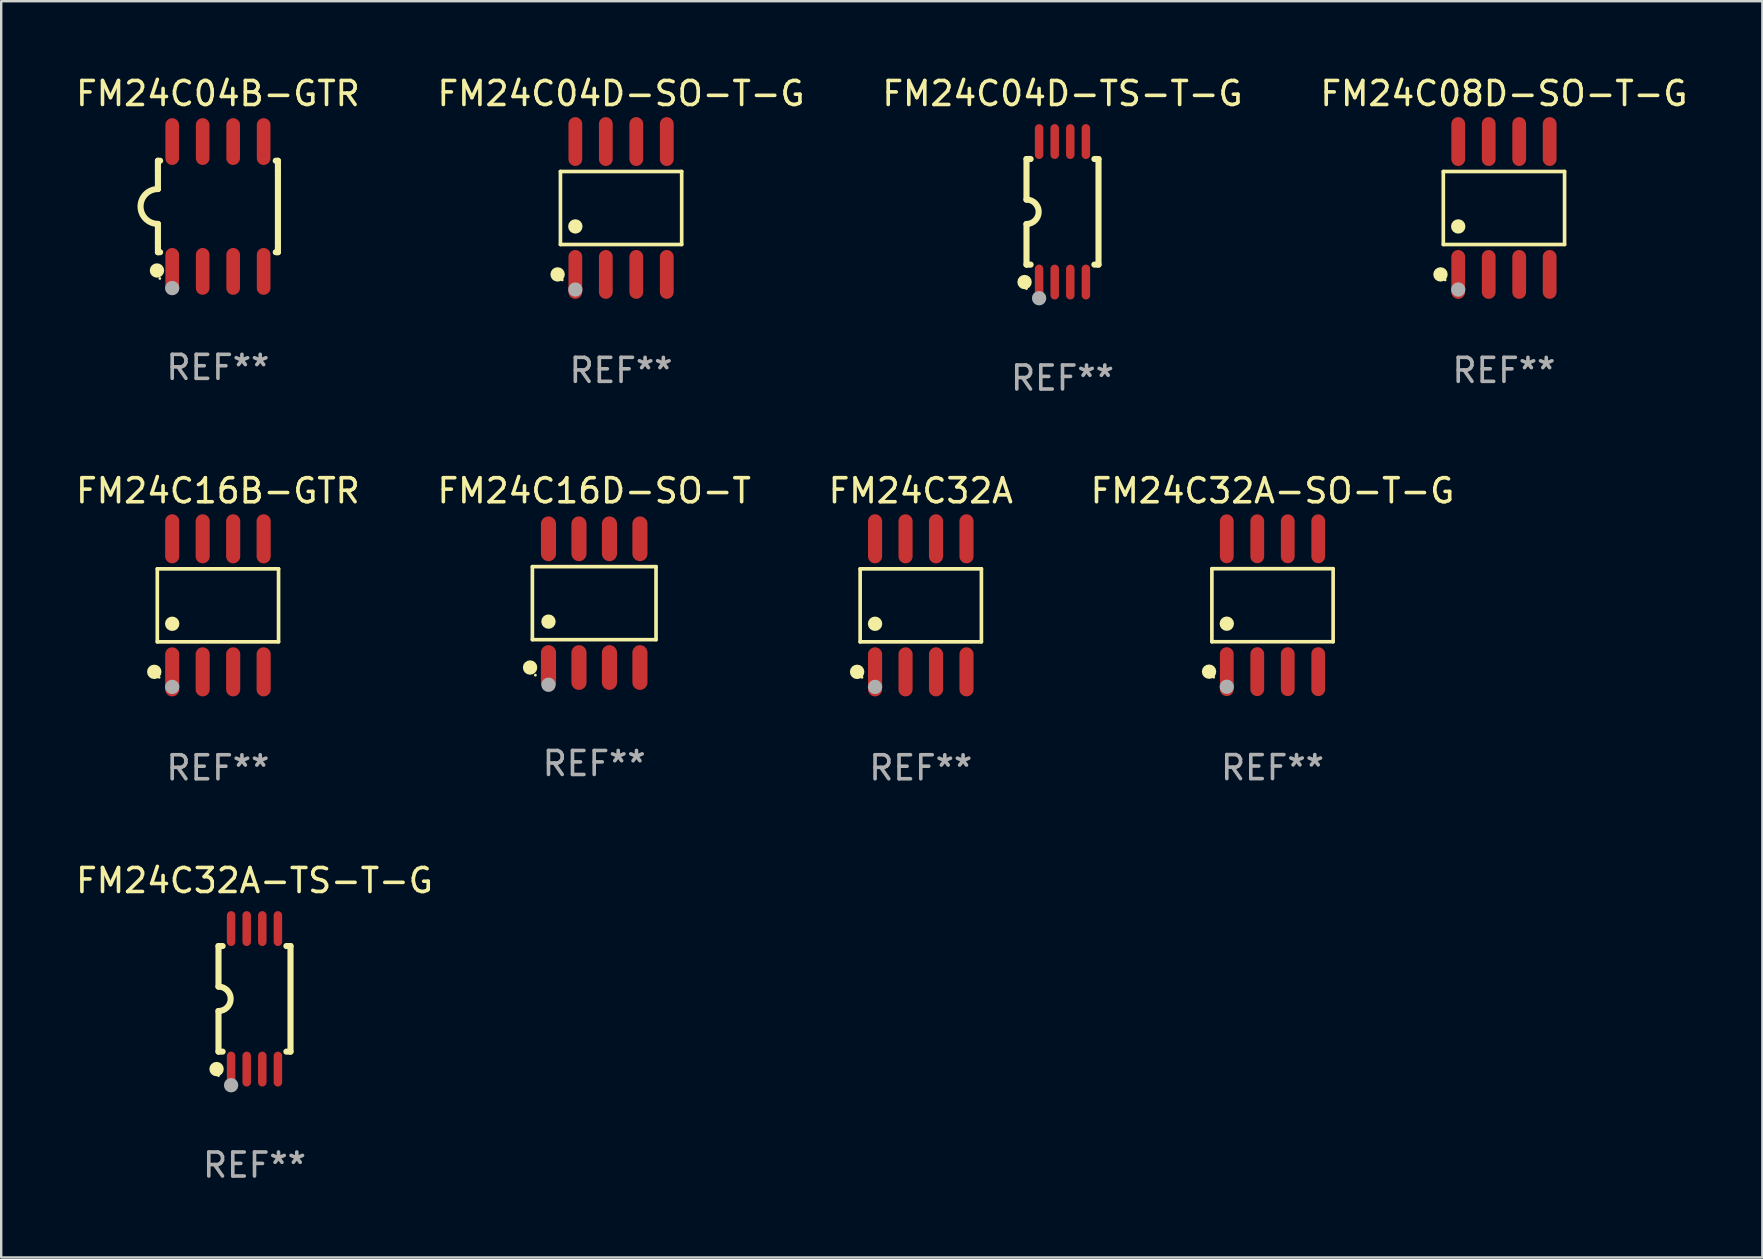
<source format=kicad_pcb>
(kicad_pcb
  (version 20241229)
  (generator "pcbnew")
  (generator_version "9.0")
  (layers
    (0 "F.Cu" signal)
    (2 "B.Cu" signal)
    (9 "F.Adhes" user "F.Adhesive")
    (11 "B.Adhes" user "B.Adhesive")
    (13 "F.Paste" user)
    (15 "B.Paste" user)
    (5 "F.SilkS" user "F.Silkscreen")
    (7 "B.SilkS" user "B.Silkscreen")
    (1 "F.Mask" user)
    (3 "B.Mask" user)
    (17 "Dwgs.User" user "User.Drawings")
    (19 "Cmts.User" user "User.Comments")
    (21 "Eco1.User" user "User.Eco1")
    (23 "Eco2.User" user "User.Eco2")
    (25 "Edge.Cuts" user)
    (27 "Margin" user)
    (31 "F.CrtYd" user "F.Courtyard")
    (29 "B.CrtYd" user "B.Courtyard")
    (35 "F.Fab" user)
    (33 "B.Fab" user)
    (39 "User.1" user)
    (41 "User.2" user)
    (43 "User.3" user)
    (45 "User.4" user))
  (footprint "FM24C04D-SO-T-G"
    (layer "F.Cu")
    (at 22.827 5.616)
    (property "Reference" "FM24C04D-SO-T-G" (at 0 -4.768 0) (layer "F.SilkS") (effects (font (size 1 1) (thickness 0.15))))
    (attr through_hole)
    (fp_line (start -2.526 -1.521) (end 2.526 -1.521) (stroke (width 0.152) (type solid)) (layer "F.SilkS"))
    (fp_line (start -2.526 1.521) (end -2.526 -1.521) (stroke (width 0.152) (type solid)) (layer "F.SilkS"))
    (fp_line (start 2.526 -1.521) (end 2.526 1.521) (stroke (width 0.152) (type solid)) (layer "F.SilkS"))
    (fp_line (start 2.526 1.521) (end -2.526 1.521) (stroke (width 0.152) (type solid)) (layer "F.SilkS"))
    (fp_circle (center -2.644 2.768) (end -2.494 2.768) (stroke (width 0.3) (type solid)) (fill no) (layer "F.SilkS"))
    (fp_circle (center -2.45 2.998) (end -2.42 2.998) (stroke (width 0.06) (type solid)) (fill no) (layer "F.SilkS"))
    (fp_circle (center -1.905 0.769) (end -1.755 0.769) (stroke (width 0.3) (type solid)) (fill no) (layer "F.SilkS"))
    (fp_circle (center -1.905 3.398) (end -1.755 3.398) (stroke (width 0.3) (type solid)) (fill no) (layer "F.Fab"))
    (fp_text user "REF**" (at 0 6.768 0) (layer "F.Fab") (effects (font (size 1 1) (thickness 0.15))))
    (pad "1" smd oval (at -1.905 2.768) (size 0.574 2.036) (layers "F.Cu" "F.Mask" "F.Paste"))
    (pad "2" smd oval (at -0.635 2.768) (size 0.574 2.036) (layers "F.Cu" "F.Mask" "F.Paste"))
    (pad "3" smd oval (at 0.635 2.768) (size 0.574 2.036) (layers "F.Cu" "F.Mask" "F.Paste"))
    (pad "4" smd oval (at 1.905 2.768) (size 0.574 2.036) (layers "F.Cu" "F.Mask" "F.Paste"))
    (pad "5" smd oval (at 1.905 -2.768) (size 0.574 2.036) (layers "F.Cu" "F.Mask" "F.Paste"))
    (pad "6" smd oval (at 0.635 -2.768) (size 0.574 2.036) (layers "F.Cu" "F.Mask" "F.Paste"))
    (pad "7" smd oval (at -0.635 -2.768) (size 0.574 2.036) (layers "F.Cu" "F.Mask" "F.Paste"))
    (pad "8" smd oval (at -1.905 -2.768) (size 0.574 2.036) (layers "F.Cu" "F.Mask" "F.Paste")))
  (footprint "FM24C04B-GTR"
    (layer "F.Cu")
    (at 6.03 5.553)
    (property "Reference" "FM24C04B-GTR" (at 0 -4.705 0) (layer "F.SilkS") (effects (font (size 1 1) (thickness 0.15))))
    (attr through_hole)
    (fp_line (start -2.5 -1.905) (end -2.409 -1.905) (stroke (width 0.254) (type solid)) (layer "F.SilkS"))
    (fp_line (start -2.5 -1.5) (end -2.5 -1.905) (stroke (width 0.254) (type solid)) (layer "F.SilkS"))
    (fp_line (start -2.5 -1.5) (end -2.5 -0.726) (stroke (width 0.254) (type solid)) (layer "F.SilkS"))
    (fp_line (start -2.5 1.5) (end -2.5 0.727) (stroke (width 0.254) (type solid)) (layer "F.SilkS"))
    (fp_line (start -2.5 1.5) (end -2.5 1.905) (stroke (width 0.254) (type solid)) (layer "F.SilkS"))
    (fp_line (start -2.5 1.905) (end -2.409 1.905) (stroke (width 0.254) (type solid)) (layer "F.SilkS"))
    (fp_line (start 2.5 -1.905) (end 2.409 -1.905) (stroke (width 0.254) (type solid)) (layer "F.SilkS"))
    (fp_line (start 2.5 -1.5) (end 2.5 -1.905) (stroke (width 0.254) (type solid)) (layer "F.SilkS"))
    (fp_line (start 2.5 -1.5) (end 2.5 1.5) (stroke (width 0.254) (type solid)) (layer "F.SilkS"))
    (fp_line (start 2.5 1.5) (end 2.5 1.905) (stroke (width 0.254) (type solid)) (layer "F.SilkS"))
    (fp_line (start 2.5 1.905) (end 2.409 1.905) (stroke (width 0.254) (type solid)) (layer "F.SilkS"))
    (fp_arc (start -2.5 0.726568) (mid -3.220316 -0.0023) (end -2.495097 -0.726289) (stroke (width 0.254001) (type solid)) (layer "F.SilkS"))
    (fp_circle (center -2.54 2.667) (end -2.39 2.667) (stroke (width 0.3) (type solid)) (fill no) (layer "F.SilkS"))
    (fp_circle (center -2.42 3) (end -2.39 3) (stroke (width 0.06) (type solid)) (fill no) (layer "F.SilkS"))
    (fp_circle (center -1.905 3.4) (end -1.755 3.4) (stroke (width 0.3) (type solid)) (fill no) (layer "F.Fab"))
    (fp_text user "REF**" (at 0 6.705 0) (layer "F.Fab") (effects (font (size 1 1) (thickness 0.15))))
    (pad "1" smd oval (at -1.905 2.705) (size 0.568 1.95) (layers "F.Cu" "F.Mask" "F.Paste"))
    (pad "2" smd oval (at -0.635 2.705) (size 0.568 1.95) (layers "F.Cu" "F.Mask" "F.Paste"))
    (pad "3" smd oval (at 0.635 2.705) (size 0.568 1.95) (layers "F.Cu" "F.Mask" "F.Paste"))
    (pad "4" smd oval (at 1.905 2.705) (size 0.568 1.95) (layers "F.Cu" "F.Mask" "F.Paste"))
    (pad "5" smd oval (at 1.905 -2.705) (size 0.568 1.95) (layers "F.Cu" "F.Mask" "F.Paste"))
    (pad "6" smd oval (at 0.635 -2.705) (size 0.568 1.95) (layers "F.Cu" "F.Mask" "F.Paste"))
    (pad "7" smd oval (at -0.635 -2.705) (size 0.568 1.95) (layers "F.Cu" "F.Mask" "F.Paste"))
    (pad "8" smd oval (at -1.905 -2.705) (size 0.568 1.95) (layers "F.Cu" "F.Mask" "F.Paste")))
  (footprint "FM24C16D-SO-T"
    (layer "F.Cu")
    (at 21.708 22.081)
    (property "Reference" "FM24C16D-SO-T" (at 0 -4.682 0) (layer "F.SilkS") (effects (font (size 1 1) (thickness 0.15))))
    (attr through_hole)
    (fp_line (start -2.576 -1.521) (end 2.576 -1.521) (stroke (width 0.152) (type solid)) (layer "F.SilkS"))
    (fp_line (start -2.576 1.521) (end -2.576 -1.521) (stroke (width 0.152) (type solid)) (layer "F.SilkS"))
    (fp_line (start 2.576 -1.521) (end 2.576 1.521) (stroke (width 0.152) (type solid)) (layer "F.SilkS"))
    (fp_line (start 2.576 1.521) (end -2.576 1.521) (stroke (width 0.152) (type solid)) (layer "F.SilkS"))
    (fp_circle (center -2.672 2.682) (end -2.522 2.682) (stroke (width 0.3) (type solid)) (fill no) (layer "F.SilkS"))
    (fp_circle (center -2.45 3) (end -2.42 3) (stroke (width 0.06) (type solid)) (fill no) (layer "F.SilkS"))
    (fp_circle (center -1.905 0.769) (end -1.755 0.769) (stroke (width 0.3) (type solid)) (fill no) (layer "F.SilkS"))
    (fp_circle (center -1.905 3.4) (end -1.755 3.4) (stroke (width 0.3) (type solid)) (fill no) (layer "F.Fab"))
    (fp_text user "REF**" (at 0 6.682 0) (layer "F.Fab") (effects (font (size 1 1) (thickness 0.15))))
    (pad "1" smd oval (at -1.905 2.682) (size 0.63 1.865) (layers "F.Cu" "F.Mask" "F.Paste"))
    (pad "2" smd oval (at -0.635 2.682) (size 0.63 1.865) (layers "F.Cu" "F.Mask" "F.Paste"))
    (pad "3" smd oval (at 0.635 2.682) (size 0.63 1.865) (layers "F.Cu" "F.Mask" "F.Paste"))
    (pad "4" smd oval (at 1.905 2.682) (size 0.63 1.865) (layers "F.Cu" "F.Mask" "F.Paste"))
    (pad "5" smd oval (at 1.905 -2.682) (size 0.63 1.865) (layers "F.Cu" "F.Mask" "F.Paste"))
    (pad "6" smd oval (at 0.635 -2.682) (size 0.63 1.865) (layers "F.Cu" "F.Mask" "F.Paste"))
    (pad "7" smd oval (at -0.635 -2.682) (size 0.63 1.865) (layers "F.Cu" "F.Mask" "F.Paste"))
    (pad "8" smd oval (at -1.905 -2.682) (size 0.63 1.865) (layers "F.Cu" "F.Mask" "F.Paste")))
  (footprint "FM24C32A-TS-T-G"
    (layer "F.Cu")
    (at 7.554 38.567)
    (property "Reference" "FM24C32A-TS-T-G" (at 0 -4.927 0) (layer "F.SilkS") (effects (font (size 1 1) (thickness 0.15))))
    (attr through_hole)
    (fp_line (start -1.5 -2.2) (end -1.5 -0.508) (stroke (width 0.254) (type solid)) (layer "F.SilkS"))
    (fp_line (start -1.5 -2.2) (end -1.328 -2.2) (stroke (width 0.254) (type solid)) (layer "F.SilkS"))
    (fp_line (start -1.5 2.2) (end -1.5 0.508) (stroke (width 0.254) (type solid)) (layer "F.SilkS"))
    (fp_line (start -1.5 2.2) (end -1.328 2.2) (stroke (width 0.254) (type solid)) (layer "F.SilkS"))
    (fp_line (start 1.328 -2.2) (end 1.5 -2.2) (stroke (width 0.254) (type solid)) (layer "F.SilkS"))
    (fp_line (start 1.328 2.2) (end 1.5 2.2) (stroke (width 0.254) (type solid)) (layer "F.SilkS"))
    (fp_line (start 1.5 -2.2) (end 1.5 2.2) (stroke (width 0.254) (type solid)) (layer "F.SilkS"))
    (fp_arc (start -1.501144 -0.508) (mid -0.993143 -0.000571) (end -1.5 0.508001) (stroke (width 0.254001) (type solid)) (layer "F.SilkS"))
    (fp_circle (center -1.581 2.927) (end -1.431 2.927) (stroke (width 0.3) (type solid)) (fill no) (layer "F.SilkS"))
    (fp_circle (center -1.5 3.2) (end -1.47 3.2) (stroke (width 0.06) (type solid)) (fill no) (layer "F.SilkS"))
    (fp_circle (center -0.975 3.6) (end -0.825 3.6) (stroke (width 0.3) (type solid)) (fill no) (layer "F.Fab"))
    (fp_text user "REF**" (at 0 6.927 0) (layer "F.Fab") (effects (font (size 1 1) (thickness 0.15))))
    (pad "1" smd oval (at -0.975 2.927) (size 0.353 1.454) (layers "F.Cu" "F.Mask" "F.Paste"))
    (pad "2" smd oval (at -0.325 2.927) (size 0.353 1.454) (layers "F.Cu" "F.Mask" "F.Paste"))
    (pad "3" smd oval (at 0.325 2.927) (size 0.353 1.454) (layers "F.Cu" "F.Mask" "F.Paste"))
    (pad "4" smd oval (at 0.975 2.927) (size 0.353 1.454) (layers "F.Cu" "F.Mask" "F.Paste"))
    (pad "5" smd oval (at 0.975 -2.927) (size 0.353 1.454) (layers "F.Cu" "F.Mask" "F.Paste"))
    (pad "6" smd oval (at 0.325 -2.927) (size 0.353 1.454) (layers "F.Cu" "F.Mask" "F.Paste"))
    (pad "7" smd oval (at -0.325 -2.927) (size 0.353 1.454) (layers "F.Cu" "F.Mask" "F.Paste"))
    (pad "8" smd oval (at -0.975 -2.927) (size 0.353 1.454) (layers "F.Cu" "F.Mask" "F.Paste")))
  (footprint "FM24C32A"
    (layer "F.Cu")
    (at 35.315 22.171)
    (property "Reference" "FM24C32A" (at 0 -4.772 0) (layer "F.SilkS") (effects (font (size 1 1) (thickness 0.15))))
    (attr through_hole)
    (fp_line (start -2.526 -1.521) (end 2.526 -1.521) (stroke (width 0.152) (type solid)) (layer "F.SilkS"))
    (fp_line (start -2.526 1.521) (end -2.526 -1.521) (stroke (width 0.152) (type solid)) (layer "F.SilkS"))
    (fp_line (start 2.526 -1.521) (end 2.526 1.521) (stroke (width 0.152) (type solid)) (layer "F.SilkS"))
    (fp_line (start 2.526 1.521) (end -2.526 1.521) (stroke (width 0.152) (type solid)) (layer "F.SilkS"))
    (fp_circle (center -2.652 2.772) (end -2.501 2.772) (stroke (width 0.3) (type solid)) (fill no) (layer "F.SilkS"))
    (fp_circle (center -2.45 3) (end -2.42 3) (stroke (width 0.06) (type solid)) (fill no) (layer "F.SilkS"))
    (fp_circle (center -1.905 0.769) (end -1.755 0.769) (stroke (width 0.3) (type solid)) (fill no) (layer "F.SilkS"))
    (fp_circle (center -1.905 3.4) (end -1.755 3.4) (stroke (width 0.3) (type solid)) (fill no) (layer "F.Fab"))
    (fp_text user "REF**" (at 0 6.772 0) (layer "F.Fab") (effects (font (size 1 1) (thickness 0.15))))
    (pad "1" smd oval (at -1.905 2.772) (size 0.588 2.045) (layers "F.Cu" "F.Mask" "F.Paste"))
    (pad "2" smd oval (at -0.635 2.772) (size 0.588 2.045) (layers "F.Cu" "F.Mask" "F.Paste"))
    (pad "3" smd oval (at 0.635 2.772) (size 0.588 2.045) (layers "F.Cu" "F.Mask" "F.Paste"))
    (pad "4" smd oval (at 1.905 2.772) (size 0.588 2.045) (layers "F.Cu" "F.Mask" "F.Paste"))
    (pad "5" smd oval (at 1.905 -2.772) (size 0.588 2.045) (layers "F.Cu" "F.Mask" "F.Paste"))
    (pad "6" smd oval (at 0.635 -2.772) (size 0.588 2.045) (layers "F.Cu" "F.Mask" "F.Paste"))
    (pad "7" smd oval (at -0.635 -2.772) (size 0.588 2.045) (layers "F.Cu" "F.Mask" "F.Paste"))
    (pad "8" smd oval (at -1.905 -2.772) (size 0.588 2.045) (layers "F.Cu" "F.Mask" "F.Paste")))
  (footprint "FM24C32A-SO-T-G"
    (layer "F.Cu")
    (at 49.97 22.167)
    (property "Reference" "FM24C32A-SO-T-G" (at 0 -4.768 0) (layer "F.SilkS") (effects (font (size 1 1) (thickness 0.15))))
    (attr through_hole)
    (fp_line (start -2.526 -1.521) (end 2.526 -1.521) (stroke (width 0.152) (type solid)) (layer "F.SilkS"))
    (fp_line (start -2.526 1.521) (end -2.526 -1.521) (stroke (width 0.152) (type solid)) (layer "F.SilkS"))
    (fp_line (start 2.526 -1.521) (end 2.526 1.521) (stroke (width 0.152) (type solid)) (layer "F.SilkS"))
    (fp_line (start 2.526 1.521) (end -2.526 1.521) (stroke (width 0.152) (type solid)) (layer "F.SilkS"))
    (fp_circle (center -2.644 2.768) (end -2.494 2.768) (stroke (width 0.3) (type solid)) (fill no) (layer "F.SilkS"))
    (fp_circle (center -2.45 2.998) (end -2.42 2.998) (stroke (width 0.06) (type solid)) (fill no) (layer "F.SilkS"))
    (fp_circle (center -1.905 0.769) (end -1.755 0.769) (stroke (width 0.3) (type solid)) (fill no) (layer "F.SilkS"))
    (fp_circle (center -1.905 3.398) (end -1.755 3.398) (stroke (width 0.3) (type solid)) (fill no) (layer "F.Fab"))
    (fp_text user "REF**" (at 0 6.768 0) (layer "F.Fab") (effects (font (size 1 1) (thickness 0.15))))
    (pad "1" smd oval (at -1.905 2.768) (size 0.574 2.036) (layers "F.Cu" "F.Mask" "F.Paste"))
    (pad "2" smd oval (at -0.635 2.768) (size 0.574 2.036) (layers "F.Cu" "F.Mask" "F.Paste"))
    (pad "3" smd oval (at 0.635 2.768) (size 0.574 2.036) (layers "F.Cu" "F.Mask" "F.Paste"))
    (pad "4" smd oval (at 1.905 2.768) (size 0.574 2.036) (layers "F.Cu" "F.Mask" "F.Paste"))
    (pad "5" smd oval (at 1.905 -2.768) (size 0.574 2.036) (layers "F.Cu" "F.Mask" "F.Paste"))
    (pad "6" smd oval (at 0.635 -2.768) (size 0.574 2.036) (layers "F.Cu" "F.Mask" "F.Paste"))
    (pad "7" smd oval (at -0.635 -2.768) (size 0.574 2.036) (layers "F.Cu" "F.Mask" "F.Paste"))
    (pad "8" smd oval (at -1.905 -2.768) (size 0.574 2.036) (layers "F.Cu" "F.Mask" "F.Paste")))
  (footprint "FM24C04D-TS-T-G"
    (layer "F.Cu")
    (at 41.22 5.775)
    (property "Reference" "FM24C04D-TS-T-G" (at 0 -4.927 0) (layer "F.SilkS") (effects (font (size 1 1) (thickness 0.15))))
    (attr through_hole)
    (fp_line (start -1.5 -2.2) (end -1.5 -0.508) (stroke (width 0.254) (type solid)) (layer "F.SilkS"))
    (fp_line (start -1.5 -2.2) (end -1.328 -2.2) (stroke (width 0.254) (type solid)) (layer "F.SilkS"))
    (fp_line (start -1.5 2.2) (end -1.5 0.508) (stroke (width 0.254) (type solid)) (layer "F.SilkS"))
    (fp_line (start -1.5 2.2) (end -1.328 2.2) (stroke (width 0.254) (type solid)) (layer "F.SilkS"))
    (fp_line (start 1.328 -2.2) (end 1.5 -2.2) (stroke (width 0.254) (type solid)) (layer "F.SilkS"))
    (fp_line (start 1.328 2.2) (end 1.5 2.2) (stroke (width 0.254) (type solid)) (layer "F.SilkS"))
    (fp_line (start 1.5 -2.2) (end 1.5 2.2) (stroke (width 0.254) (type solid)) (layer "F.SilkS"))
    (fp_arc (start -1.501144 -0.508) (mid -0.993143 -0.000571) (end -1.5 0.508001) (stroke (width 0.254001) (type solid)) (layer "F.SilkS"))
    (fp_circle (center -1.581 2.927) (end -1.431 2.927) (stroke (width 0.3) (type solid)) (fill no) (layer "F.SilkS"))
    (fp_circle (center -1.5 3.2) (end -1.47 3.2) (stroke (width 0.06) (type solid)) (fill no) (layer "F.SilkS"))
    (fp_circle (center -0.975 3.6) (end -0.825 3.6) (stroke (width 0.3) (type solid)) (fill no) (layer "F.Fab"))
    (fp_text user "REF**" (at 0 6.927 0) (layer "F.Fab") (effects (font (size 1 1) (thickness 0.15))))
    (pad "1" smd oval (at -0.975 2.927) (size 0.353 1.454) (layers "F.Cu" "F.Mask" "F.Paste"))
    (pad "2" smd oval (at -0.325 2.927) (size 0.353 1.454) (layers "F.Cu" "F.Mask" "F.Paste"))
    (pad "3" smd oval (at 0.325 2.927) (size 0.353 1.454) (layers "F.Cu" "F.Mask" "F.Paste"))
    (pad "4" smd oval (at 0.975 2.927) (size 0.353 1.454) (layers "F.Cu" "F.Mask" "F.Paste"))
    (pad "5" smd oval (at 0.975 -2.927) (size 0.353 1.454) (layers "F.Cu" "F.Mask" "F.Paste"))
    (pad "6" smd oval (at 0.325 -2.927) (size 0.353 1.454) (layers "F.Cu" "F.Mask" "F.Paste"))
    (pad "7" smd oval (at -0.325 -2.927) (size 0.353 1.454) (layers "F.Cu" "F.Mask" "F.Paste"))
    (pad "8" smd oval (at -0.975 -2.927) (size 0.353 1.454) (layers "F.Cu" "F.Mask" "F.Paste")))
  (footprint "FM24C08D-SO-T-G"
    (layer "F.Cu")
    (at 59.613 5.616)
    (property "Reference" "FM24C08D-SO-T-G" (at 0 -4.768 0) (layer "F.SilkS") (effects (font (size 1 1) (thickness 0.15))))
    (attr through_hole)
    (fp_line (start -2.526 -1.521) (end 2.526 -1.521) (stroke (width 0.152) (type solid)) (layer "F.SilkS"))
    (fp_line (start -2.526 1.521) (end -2.526 -1.521) (stroke (width 0.152) (type solid)) (layer "F.SilkS"))
    (fp_line (start 2.526 -1.521) (end 2.526 1.521) (stroke (width 0.152) (type solid)) (layer "F.SilkS"))
    (fp_line (start 2.526 1.521) (end -2.526 1.521) (stroke (width 0.152) (type solid)) (layer "F.SilkS"))
    (fp_circle (center -2.644 2.768) (end -2.494 2.768) (stroke (width 0.3) (type solid)) (fill no) (layer "F.SilkS"))
    (fp_circle (center -2.45 2.998) (end -2.42 2.998) (stroke (width 0.06) (type solid)) (fill no) (layer "F.SilkS"))
    (fp_circle (center -1.905 0.769) (end -1.755 0.769) (stroke (width 0.3) (type solid)) (fill no) (layer "F.SilkS"))
    (fp_circle (center -1.905 3.398) (end -1.755 3.398) (stroke (width 0.3) (type solid)) (fill no) (layer "F.Fab"))
    (fp_text user "REF**" (at 0 6.768 0) (layer "F.Fab") (effects (font (size 1 1) (thickness 0.15))))
    (pad "1" smd oval (at -1.905 2.768) (size 0.574 2.036) (layers "F.Cu" "F.Mask" "F.Paste"))
    (pad "2" smd oval (at -0.635 2.768) (size 0.574 2.036) (layers "F.Cu" "F.Mask" "F.Paste"))
    (pad "3" smd oval (at 0.635 2.768) (size 0.574 2.036) (layers "F.Cu" "F.Mask" "F.Paste"))
    (pad "4" smd oval (at 1.905 2.768) (size 0.574 2.036) (layers "F.Cu" "F.Mask" "F.Paste"))
    (pad "5" smd oval (at 1.905 -2.768) (size 0.574 2.036) (layers "F.Cu" "F.Mask" "F.Paste"))
    (pad "6" smd oval (at 0.635 -2.768) (size 0.574 2.036) (layers "F.Cu" "F.Mask" "F.Paste"))
    (pad "7" smd oval (at -0.635 -2.768) (size 0.574 2.036) (layers "F.Cu" "F.Mask" "F.Paste"))
    (pad "8" smd oval (at -1.905 -2.768) (size 0.574 2.036) (layers "F.Cu" "F.Mask" "F.Paste")))
  (footprint "FM24C16B-GTR"
    (layer "F.Cu")
    (at 6.03 22.171)
    (property "Reference" "FM24C16B-GTR" (at 0 -4.772 0) (layer "F.SilkS") (effects (font (size 1 1) (thickness 0.15))))
    (attr through_hole)
    (fp_line (start -2.526 -1.521) (end 2.526 -1.521) (stroke (width 0.152) (type solid)) (layer "F.SilkS"))
    (fp_line (start -2.526 1.521) (end -2.526 -1.521) (stroke (width 0.152) (type solid)) (layer "F.SilkS"))
    (fp_line (start 2.526 -1.521) (end 2.526 1.521) (stroke (width 0.152) (type solid)) (layer "F.SilkS"))
    (fp_line (start 2.526 1.521) (end -2.526 1.521) (stroke (width 0.152) (type solid)) (layer "F.SilkS"))
    (fp_circle (center -2.652 2.772) (end -2.501 2.772) (stroke (width 0.3) (type solid)) (fill no) (layer "F.SilkS"))
    (fp_circle (center -2.45 3) (end -2.42 3) (stroke (width 0.06) (type solid)) (fill no) (layer "F.SilkS"))
    (fp_circle (center -1.905 0.769) (end -1.755 0.769) (stroke (width 0.3) (type solid)) (fill no) (layer "F.SilkS"))
    (fp_circle (center -1.905 3.4) (end -1.755 3.4) (stroke (width 0.3) (type solid)) (fill no) (layer "F.Fab"))
    (fp_text user "REF**" (at 0 6.772 0) (layer "F.Fab") (effects (font (size 1 1) (thickness 0.15))))
    (pad "1" smd oval (at -1.905 2.772) (size 0.588 2.045) (layers "F.Cu" "F.Mask" "F.Paste"))
    (pad "2" smd oval (at -0.635 2.772) (size 0.588 2.045) (layers "F.Cu" "F.Mask" "F.Paste"))
    (pad "3" smd oval (at 0.635 2.772) (size 0.588 2.045) (layers "F.Cu" "F.Mask" "F.Paste"))
    (pad "4" smd oval (at 1.905 2.772) (size 0.588 2.045) (layers "F.Cu" "F.Mask" "F.Paste"))
    (pad "5" smd oval (at 1.905 -2.772) (size 0.588 2.045) (layers "F.Cu" "F.Mask" "F.Paste"))
    (pad "6" smd oval (at 0.635 -2.772) (size 0.588 2.045) (layers "F.Cu" "F.Mask" "F.Paste"))
    (pad "7" smd oval (at -0.635 -2.772) (size 0.588 2.045) (layers "F.Cu" "F.Mask" "F.Paste"))
    (pad "8" smd oval (at -1.905 -2.772) (size 0.588 2.045) (layers "F.Cu" "F.Mask" "F.Paste")))
  (gr_rect
    (start -3 -3)
    (end 70.381 49.343)
    (stroke (width 0.1) (type default))
    (fill no)
    (layer "Edge.Cuts")))
</source>
